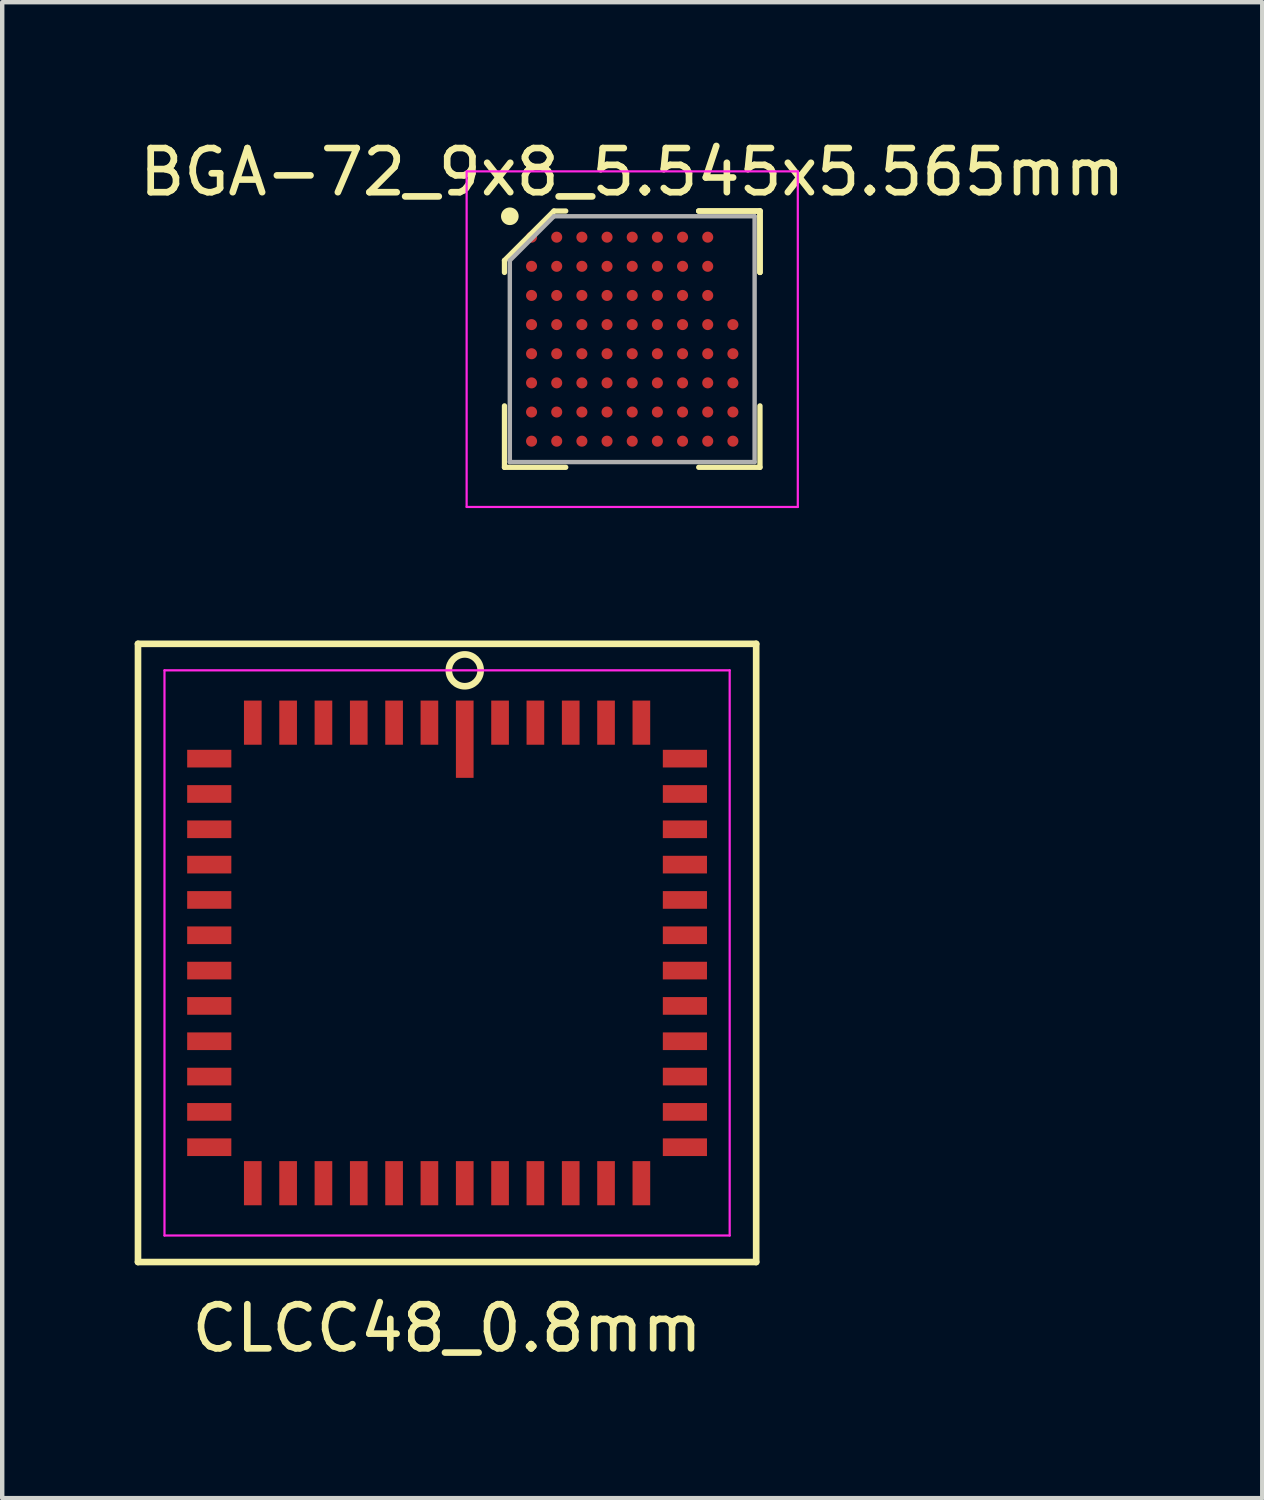
<source format=kicad_pcb>
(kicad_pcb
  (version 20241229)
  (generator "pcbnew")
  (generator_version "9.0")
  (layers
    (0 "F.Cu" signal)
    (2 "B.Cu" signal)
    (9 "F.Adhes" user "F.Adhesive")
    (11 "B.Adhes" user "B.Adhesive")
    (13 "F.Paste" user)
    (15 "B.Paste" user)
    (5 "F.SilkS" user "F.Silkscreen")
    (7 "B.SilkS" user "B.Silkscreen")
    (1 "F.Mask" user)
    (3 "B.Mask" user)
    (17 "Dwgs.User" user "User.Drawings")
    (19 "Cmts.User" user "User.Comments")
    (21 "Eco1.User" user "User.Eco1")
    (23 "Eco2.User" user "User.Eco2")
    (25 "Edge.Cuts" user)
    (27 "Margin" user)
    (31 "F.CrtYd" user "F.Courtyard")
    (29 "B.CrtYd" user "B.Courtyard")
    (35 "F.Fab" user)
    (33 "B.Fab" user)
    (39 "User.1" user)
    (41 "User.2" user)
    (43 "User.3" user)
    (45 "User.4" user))
  (footprint "CLCC48_0.8mm"
    (layer "F.Cu")
    (at 7.075 18.531)
    (property "Reference" "CLCC48_0.8mm" (at 0 8.5 0) (layer "F.SilkS") (effects (font (size 1 1) (thickness 0.15))))
    (attr smd)
    (fp_line (start -7 -7) (end -7 7) (stroke (width 0.15) (type solid)) (layer "F.SilkS"))
    (fp_line (start -7 -7) (end 7 -7) (stroke (width 0.15) (type solid)) (layer "F.SilkS"))
    (fp_line (start -7 7) (end 7 7) (stroke (width 0.15) (type solid)) (layer "F.SilkS"))
    (fp_line (start 7 7) (end 7 -7) (stroke (width 0.15) (type solid)) (layer "F.SilkS"))
    (fp_circle (center 0.4 -6.4) (end 0.6 -6.7) (stroke (width 0.15) (type solid)) (fill no) (layer "F.SilkS"))
    (fp_line (start -6.4 -6.4) (end 6.4 -6.4) (stroke (width 0.05) (type solid)) (layer "F.CrtYd"))
    (fp_line (start -6.4 6.4) (end -6.4 -6.4) (stroke (width 0.05) (type solid)) (layer "F.CrtYd"))
    (fp_line (start 6.4 -6.4) (end 6.4 6.4) (stroke (width 0.05) (type solid)) (layer "F.CrtYd"))
    (fp_line (start 6.4 6.4) (end -6.4 6.4) (stroke (width 0.05) (type solid)) (layer "F.CrtYd"))
    (pad "1" smd rect (at 0.4 -4.84) (size 0.4 1.75) (layers "F.Cu" "F.Mask" "F.Paste"))
    (pad "2" smd rect (at 1.2 -5.215) (size 0.4 1) (layers "F.Cu" "F.Mask" "F.Paste"))
    (pad "3" smd rect (at 2 -5.215) (size 0.4 1) (layers "F.Cu" "F.Mask" "F.Paste"))
    (pad "4" smd rect (at 2.8 -5.215) (size 0.4 1) (layers "F.Cu" "F.Mask" "F.Paste"))
    (pad "5" smd rect (at 3.6 -5.215) (size 0.4 1) (layers "F.Cu" "F.Mask" "F.Paste"))
    (pad "6" smd rect (at 4.4 -5.215) (size 0.4 1) (layers "F.Cu" "F.Mask" "F.Paste"))
    (pad "7" smd rect (at 5.386 -4.4) (size 1 0.4) (layers "F.Cu" "F.Mask" "F.Paste"))
    (pad "8" smd rect (at 5.386 -3.6) (size 1 0.4) (layers "F.Cu" "F.Mask" "F.Paste"))
    (pad "9" smd rect (at 5.386 -2.8) (size 1 0.4) (layers "F.Cu" "F.Mask" "F.Paste"))
    (pad "10" smd rect (at 5.386 -2) (size 1 0.4) (layers "F.Cu" "F.Mask" "F.Paste"))
    (pad "11" smd rect (at 5.386 -1.2) (size 1 0.4) (layers "F.Cu" "F.Mask" "F.Paste"))
    (pad "12" smd rect (at 5.386 -0.4) (size 1 0.4) (layers "F.Cu" "F.Mask" "F.Paste"))
    (pad "13" smd rect (at 5.386 0.4) (size 1 0.4) (layers "F.Cu" "F.Mask" "F.Paste"))
    (pad "14" smd rect (at 5.386 1.2) (size 1 0.4) (layers "F.Cu" "F.Mask" "F.Paste"))
    (pad "15" smd rect (at 5.386 2) (size 1 0.4) (layers "F.Cu" "F.Mask" "F.Paste"))
    (pad "16" smd rect (at 5.386 2.8) (size 1 0.4) (layers "F.Cu" "F.Mask" "F.Paste"))
    (pad "17" smd rect (at 5.386 3.6) (size 1 0.4) (layers "F.Cu" "F.Mask" "F.Paste"))
    (pad "18" smd rect (at 5.386 4.4) (size 1 0.4) (layers "F.Cu" "F.Mask" "F.Paste"))
    (pad "19" smd rect (at 4.4 5.215) (size 0.4 1) (layers "F.Cu" "F.Mask" "F.Paste"))
    (pad "20" smd rect (at 3.6 5.215) (size 0.4 1) (layers "F.Cu" "F.Mask" "F.Paste"))
    (pad "21" smd rect (at 2.8 5.215) (size 0.4 1) (layers "F.Cu" "F.Mask" "F.Paste"))
    (pad "22" smd rect (at 2 5.215) (size 0.4 1) (layers "F.Cu" "F.Mask" "F.Paste"))
    (pad "23" smd rect (at 1.2 5.215) (size 0.4 1) (layers "F.Cu" "F.Mask" "F.Paste"))
    (pad "24" smd rect (at 0.4 5.215) (size 0.4 1) (layers "F.Cu" "F.Mask" "F.Paste"))
    (pad "25" smd rect (at -0.4 5.215) (size 0.4 1) (layers "F.Cu" "F.Mask" "F.Paste"))
    (pad "26" smd rect (at -1.2 5.215) (size 0.4 1) (layers "F.Cu" "F.Mask" "F.Paste"))
    (pad "27" smd rect (at -2 5.215) (size 0.4 1) (layers "F.Cu" "F.Mask" "F.Paste"))
    (pad "28" smd rect (at -2.8 5.215) (size 0.4 1) (layers "F.Cu" "F.Mask" "F.Paste"))
    (pad "29" smd rect (at -3.6 5.215) (size 0.4 1) (layers "F.Cu" "F.Mask" "F.Paste"))
    (pad "30" smd rect (at -4.4 5.215) (size 0.4 1) (layers "F.Cu" "F.Mask" "F.Paste"))
    (pad "31" smd rect (at -5.386 4.4) (size 1 0.4) (layers "F.Cu" "F.Mask" "F.Paste"))
    (pad "32" smd rect (at -5.386 3.6) (size 1 0.4) (layers "F.Cu" "F.Mask" "F.Paste"))
    (pad "33" smd rect (at -5.386 2.8) (size 1 0.4) (layers "F.Cu" "F.Mask" "F.Paste"))
    (pad "34" smd rect (at -5.386 2) (size 1 0.4) (layers "F.Cu" "F.Mask" "F.Paste"))
    (pad "35" smd rect (at -5.386 1.2) (size 1 0.4) (layers "F.Cu" "F.Mask" "F.Paste"))
    (pad "36" smd rect (at -5.386 0.4) (size 1 0.4) (layers "F.Cu" "F.Mask" "F.Paste"))
    (pad "37" smd rect (at -5.386 -0.4) (size 1 0.4) (layers "F.Cu" "F.Mask" "F.Paste"))
    (pad "38" smd rect (at -5.386 -1.2) (size 1 0.4) (layers "F.Cu" "F.Mask" "F.Paste"))
    (pad "39" smd rect (at -5.386 -2) (size 1 0.4) (layers "F.Cu" "F.Mask" "F.Paste"))
    (pad "40" smd rect (at -5.386 -2.8) (size 1 0.4) (layers "F.Cu" "F.Mask" "F.Paste"))
    (pad "41" smd rect (at -5.386 -3.6) (size 1 0.4) (layers "F.Cu" "F.Mask" "F.Paste"))
    (pad "42" smd rect (at -5.386 -4.4) (size 1 0.4) (layers "F.Cu" "F.Mask" "F.Paste"))
    (pad "43" smd rect (at -4.4 -5.215) (size 0.4 1) (layers "F.Cu" "F.Mask" "F.Paste"))
    (pad "44" smd rect (at -3.6 -5.215) (size 0.4 1) (layers "F.Cu" "F.Mask" "F.Paste"))
    (pad "45" smd rect (at -2.8 -5.215) (size 0.4 1) (layers "F.Cu" "F.Mask" "F.Paste"))
    (pad "46" smd rect (at -2 -5.215) (size 0.4 1) (layers "F.Cu" "F.Mask" "F.Paste"))
    (pad "47" smd rect (at -1.2 -5.215) (size 0.4 1) (layers "F.Cu" "F.Mask" "F.Paste"))
    (pad "48" smd rect (at -0.4 -5.215) (size 0.4 1) (layers "F.Cu" "F.Mask" "F.Paste")))
  (footprint "BGA-72_9x8_5.545x5.565mm"
    (layer "F.Cu")
    (at 11.268 4.631)
    (property "Reference" "BGA-72_9x8_5.545x5.565mm" (at 0 -3.783 0) (layer "F.SilkS") (effects (font (size 1 1) (thickness 0.15))))
    (attr smd)
    (fp_line (start -2.893 -1.782) (end -2.893 -1.511) (stroke (width 0.12) (type solid)) (layer "F.SilkS"))
    (fp_line (start -2.893 2.902) (end -2.893 1.511) (stroke (width 0.12) (type solid)) (layer "F.SilkS"))
    (fp_line (start -1.772 -2.902) (end -2.893 -1.782) (stroke (width 0.12) (type solid)) (layer "F.SilkS"))
    (fp_line (start -1.506 -2.902) (end -1.772 -2.902) (stroke (width 0.12) (type solid)) (layer "F.SilkS"))
    (fp_line (start -1.506 2.902) (end -2.893 2.902) (stroke (width 0.12) (type solid)) (layer "F.SilkS"))
    (fp_line (start 1.506 -2.902) (end 2.893 -2.902) (stroke (width 0.12) (type solid)) (layer "F.SilkS"))
    (fp_line (start 1.506 -2.902) (end 2.893 -2.902) (stroke (width 0.12) (type solid)) (layer "F.SilkS"))
    (fp_line (start 1.506 -2.902) (end 2.893 -2.902) (stroke (width 0.12) (type solid)) (layer "F.SilkS"))
    (fp_line (start 1.506 2.902) (end 2.893 2.902) (stroke (width 0.12) (type solid)) (layer "F.SilkS"))
    (fp_line (start 2.893 -2.902) (end 2.893 -1.511) (stroke (width 0.12) (type solid)) (layer "F.SilkS"))
    (fp_line (start 2.893 -2.902) (end 2.893 -1.511) (stroke (width 0.12) (type solid)) (layer "F.SilkS"))
    (fp_line (start 2.893 -2.902) (end 2.893 -1.511) (stroke (width 0.12) (type solid)) (layer "F.SilkS"))
    (fp_line (start 2.893 2.902) (end 2.893 1.511) (stroke (width 0.12) (type solid)) (layer "F.SilkS"))
    (fp_circle (center -2.772 -2.783) (end -2.772 -2.683) (stroke (width 0.2) (type solid)) (fill no) (layer "F.SilkS"))
    (fp_line (start -3.75 -3.8) (end 3.75 -3.8) (stroke (width 0.05) (type solid)) (layer "F.CrtYd"))
    (fp_line (start -3.75 3.8) (end -3.75 -3.8) (stroke (width 0.05) (type solid)) (layer "F.CrtYd"))
    (fp_line (start 3.75 -3.8) (end 3.75 3.8) (stroke (width 0.05) (type solid)) (layer "F.CrtYd"))
    (fp_line (start 3.75 3.8) (end -3.75 3.8) (stroke (width 0.05) (type solid)) (layer "F.CrtYd"))
    (fp_line (start -2.772 -1.782) (end -2.772 2.783) (stroke (width 0.1) (type solid)) (layer "F.Fab"))
    (fp_line (start -2.772 2.783) (end 2.772 2.783) (stroke (width 0.1) (type solid)) (layer "F.Fab"))
    (fp_line (start -1.772 -2.783) (end -2.772 -1.782) (stroke (width 0.1) (type solid)) (layer "F.Fab"))
    (fp_line (start 2.772 -2.783) (end -1.772 -2.783) (stroke (width 0.1) (type solid)) (layer "F.Fab"))
    (fp_line (start 2.772 2.783) (end 2.772 -2.783) (stroke (width 0.1) (type solid)) (layer "F.Fab"))
    (pad "A1" smd circle (at -2.28 -2.31) (size 0.25 0.25) (layers "F.Cu" "F.Mask" "F.Paste"))
    (pad "A2" smd circle (at -1.71 -2.31) (size 0.25 0.25) (layers "F.Cu" "F.Mask" "F.Paste"))
    (pad "A3" smd circle (at -1.14 -2.31) (size 0.25 0.25) (layers "F.Cu" "F.Mask" "F.Paste"))
    (pad "A4" smd circle (at -0.57 -2.31) (size 0.25 0.25) (layers "F.Cu" "F.Mask" "F.Paste"))
    (pad "A5" smd circle (at 0 -2.31) (size 0.25 0.25) (layers "F.Cu" "F.Mask" "F.Paste"))
    (pad "A6" smd circle (at 0.57 -2.31) (size 0.25 0.25) (layers "F.Cu" "F.Mask" "F.Paste"))
    (pad "A7" smd circle (at 1.14 -2.31) (size 0.25 0.25) (layers "F.Cu" "F.Mask" "F.Paste"))
    (pad "A8" smd circle (at 1.71 -2.31) (size 0.25 0.25) (layers "F.Cu" "F.Mask" "F.Paste"))
    (pad "B1" smd circle (at -2.28 -1.65) (size 0.25 0.25) (layers "F.Cu" "F.Mask" "F.Paste"))
    (pad "B2" smd circle (at -1.71 -1.65) (size 0.25 0.25) (layers "F.Cu" "F.Mask" "F.Paste"))
    (pad "B3" smd circle (at -1.14 -1.65) (size 0.25 0.25) (layers "F.Cu" "F.Mask" "F.Paste"))
    (pad "B4" smd circle (at -0.57 -1.65) (size 0.25 0.25) (layers "F.Cu" "F.Mask" "F.Paste"))
    (pad "B5" smd circle (at 0 -1.65) (size 0.25 0.25) (layers "F.Cu" "F.Mask" "F.Paste"))
    (pad "B6" smd circle (at 0.57 -1.65) (size 0.25 0.25) (layers "F.Cu" "F.Mask" "F.Paste"))
    (pad "B7" smd circle (at 1.14 -1.65) (size 0.25 0.25) (layers "F.Cu" "F.Mask" "F.Paste"))
    (pad "B8" smd circle (at 1.71 -1.65) (size 0.25 0.25) (layers "F.Cu" "F.Mask" "F.Paste"))
    (pad "C1" smd circle (at -2.28 -0.99) (size 0.25 0.25) (layers "F.Cu" "F.Mask" "F.Paste"))
    (pad "C2" smd circle (at -1.71 -0.99) (size 0.25 0.25) (layers "F.Cu" "F.Mask" "F.Paste"))
    (pad "C3" smd circle (at -1.14 -0.99) (size 0.25 0.25) (layers "F.Cu" "F.Mask" "F.Paste"))
    (pad "C4" smd circle (at -0.57 -0.99) (size 0.25 0.25) (layers "F.Cu" "F.Mask" "F.Paste"))
    (pad "C5" smd circle (at 0 -0.99) (size 0.25 0.25) (layers "F.Cu" "F.Mask" "F.Paste"))
    (pad "C6" smd circle (at 0.57 -0.99) (size 0.25 0.25) (layers "F.Cu" "F.Mask" "F.Paste"))
    (pad "C7" smd circle (at 1.14 -0.99) (size 0.25 0.25) (layers "F.Cu" "F.Mask" "F.Paste"))
    (pad "C8" smd circle (at 1.71 -0.99) (size 0.25 0.25) (layers "F.Cu" "F.Mask" "F.Paste"))
    (pad "D1" smd circle (at -2.28 -0.33) (size 0.25 0.25) (layers "F.Cu" "F.Mask" "F.Paste"))
    (pad "D2" smd circle (at -1.71 -0.33) (size 0.25 0.25) (layers "F.Cu" "F.Mask" "F.Paste"))
    (pad "D3" smd circle (at -1.14 -0.33) (size 0.25 0.25) (layers "F.Cu" "F.Mask" "F.Paste"))
    (pad "D4" smd circle (at -0.57 -0.33) (size 0.25 0.25) (layers "F.Cu" "F.Mask" "F.Paste"))
    (pad "D5" smd circle (at 0 -0.33) (size 0.25 0.25) (layers "F.Cu" "F.Mask" "F.Paste"))
    (pad "D6" smd circle (at 0.57 -0.33) (size 0.25 0.25) (layers "F.Cu" "F.Mask" "F.Paste"))
    (pad "D7" smd circle (at 1.14 -0.33) (size 0.25 0.25) (layers "F.Cu" "F.Mask" "F.Paste"))
    (pad "D8" smd circle (at 1.71 -0.33) (size 0.25 0.25) (layers "F.Cu" "F.Mask" "F.Paste"))
    (pad "D9" smd circle (at 2.28 -0.33) (size 0.25 0.25) (layers "F.Cu" "F.Mask" "F.Paste"))
    (pad "E1" smd circle (at -2.28 0.33) (size 0.25 0.25) (layers "F.Cu" "F.Mask" "F.Paste"))
    (pad "E2" smd circle (at -1.71 0.33) (size 0.25 0.25) (layers "F.Cu" "F.Mask" "F.Paste"))
    (pad "E3" smd circle (at -1.14 0.33) (size 0.25 0.25) (layers "F.Cu" "F.Mask" "F.Paste"))
    (pad "E4" smd circle (at -0.57 0.33) (size 0.25 0.25) (layers "F.Cu" "F.Mask" "F.Paste"))
    (pad "E5" smd circle (at 0 0.33) (size 0.25 0.25) (layers "F.Cu" "F.Mask" "F.Paste"))
    (pad "E6" smd circle (at 0.57 0.33) (size 0.25 0.25) (layers "F.Cu" "F.Mask" "F.Paste"))
    (pad "E7" smd circle (at 1.14 0.33) (size 0.25 0.25) (layers "F.Cu" "F.Mask" "F.Paste"))
    (pad "E8" smd circle (at 1.71 0.33) (size 0.25 0.25) (layers "F.Cu" "F.Mask" "F.Paste"))
    (pad "E9" smd circle (at 2.28 0.33) (size 0.25 0.25) (layers "F.Cu" "F.Mask" "F.Paste"))
    (pad "F1" smd circle (at -2.28 0.99) (size 0.25 0.25) (layers "F.Cu" "F.Mask" "F.Paste"))
    (pad "F2" smd circle (at -1.71 0.99) (size 0.25 0.25) (layers "F.Cu" "F.Mask" "F.Paste"))
    (pad "F3" smd circle (at -1.14 0.99) (size 0.25 0.25) (layers "F.Cu" "F.Mask" "F.Paste"))
    (pad "F4" smd circle (at -0.57 0.99) (size 0.25 0.25) (layers "F.Cu" "F.Mask" "F.Paste"))
    (pad "F5" smd circle (at 0 0.99) (size 0.25 0.25) (layers "F.Cu" "F.Mask" "F.Paste"))
    (pad "F6" smd circle (at 0.57 0.99) (size 0.25 0.25) (layers "F.Cu" "F.Mask" "F.Paste"))
    (pad "F7" smd circle (at 1.14 0.99) (size 0.25 0.25) (layers "F.Cu" "F.Mask" "F.Paste"))
    (pad "F8" smd circle (at 1.71 0.99) (size 0.25 0.25) (layers "F.Cu" "F.Mask" "F.Paste"))
    (pad "F9" smd circle (at 2.28 0.99) (size 0.25 0.25) (layers "F.Cu" "F.Mask" "F.Paste"))
    (pad "G1" smd circle (at -2.28 1.65) (size 0.25 0.25) (layers "F.Cu" "F.Mask" "F.Paste"))
    (pad "G2" smd circle (at -1.71 1.65) (size 0.25 0.25) (layers "F.Cu" "F.Mask" "F.Paste"))
    (pad "G3" smd circle (at -1.14 1.65) (size 0.25 0.25) (layers "F.Cu" "F.Mask" "F.Paste"))
    (pad "G4" smd circle (at -0.57 1.65) (size 0.25 0.25) (layers "F.Cu" "F.Mask" "F.Paste"))
    (pad "G5" smd circle (at 0 1.65) (size 0.25 0.25) (layers "F.Cu" "F.Mask" "F.Paste"))
    (pad "G6" smd circle (at 0.57 1.65) (size 0.25 0.25) (layers "F.Cu" "F.Mask" "F.Paste"))
    (pad "G7" smd circle (at 1.14 1.65) (size 0.25 0.25) (layers "F.Cu" "F.Mask" "F.Paste"))
    (pad "G8" smd circle (at 1.71 1.65) (size 0.25 0.25) (layers "F.Cu" "F.Mask" "F.Paste"))
    (pad "G9" smd circle (at 2.28 1.65) (size 0.25 0.25) (layers "F.Cu" "F.Mask" "F.Paste"))
    (pad "H1" smd circle (at -2.28 2.31) (size 0.25 0.25) (layers "F.Cu" "F.Mask" "F.Paste"))
    (pad "H2" smd circle (at -1.71 2.31) (size 0.25 0.25) (layers "F.Cu" "F.Mask" "F.Paste"))
    (pad "H3" smd circle (at -1.14 2.31) (size 0.25 0.25) (layers "F.Cu" "F.Mask" "F.Paste"))
    (pad "H4" smd circle (at -0.57 2.31) (size 0.25 0.25) (layers "F.Cu" "F.Mask" "F.Paste"))
    (pad "H5" smd circle (at 0 2.31) (size 0.25 0.25) (layers "F.Cu" "F.Mask" "F.Paste"))
    (pad "H6" smd circle (at 0.57 2.31) (size 0.25 0.25) (layers "F.Cu" "F.Mask" "F.Paste"))
    (pad "H7" smd circle (at 1.14 2.31) (size 0.25 0.25) (layers "F.Cu" "F.Mask" "F.Paste"))
    (pad "H8" smd circle (at 1.71 2.31) (size 0.25 0.25) (layers "F.Cu" "F.Mask" "F.Paste"))
    (pad "H9" smd circle (at 2.28 2.31) (size 0.25 0.25) (layers "F.Cu" "F.Mask" "F.Paste")))
  (gr_rect
    (start -3 -3)
    (end 25.536 30.879)
    (stroke (width 0.1) (type default))
    (fill no)
    (layer "Edge.Cuts")))
</source>
